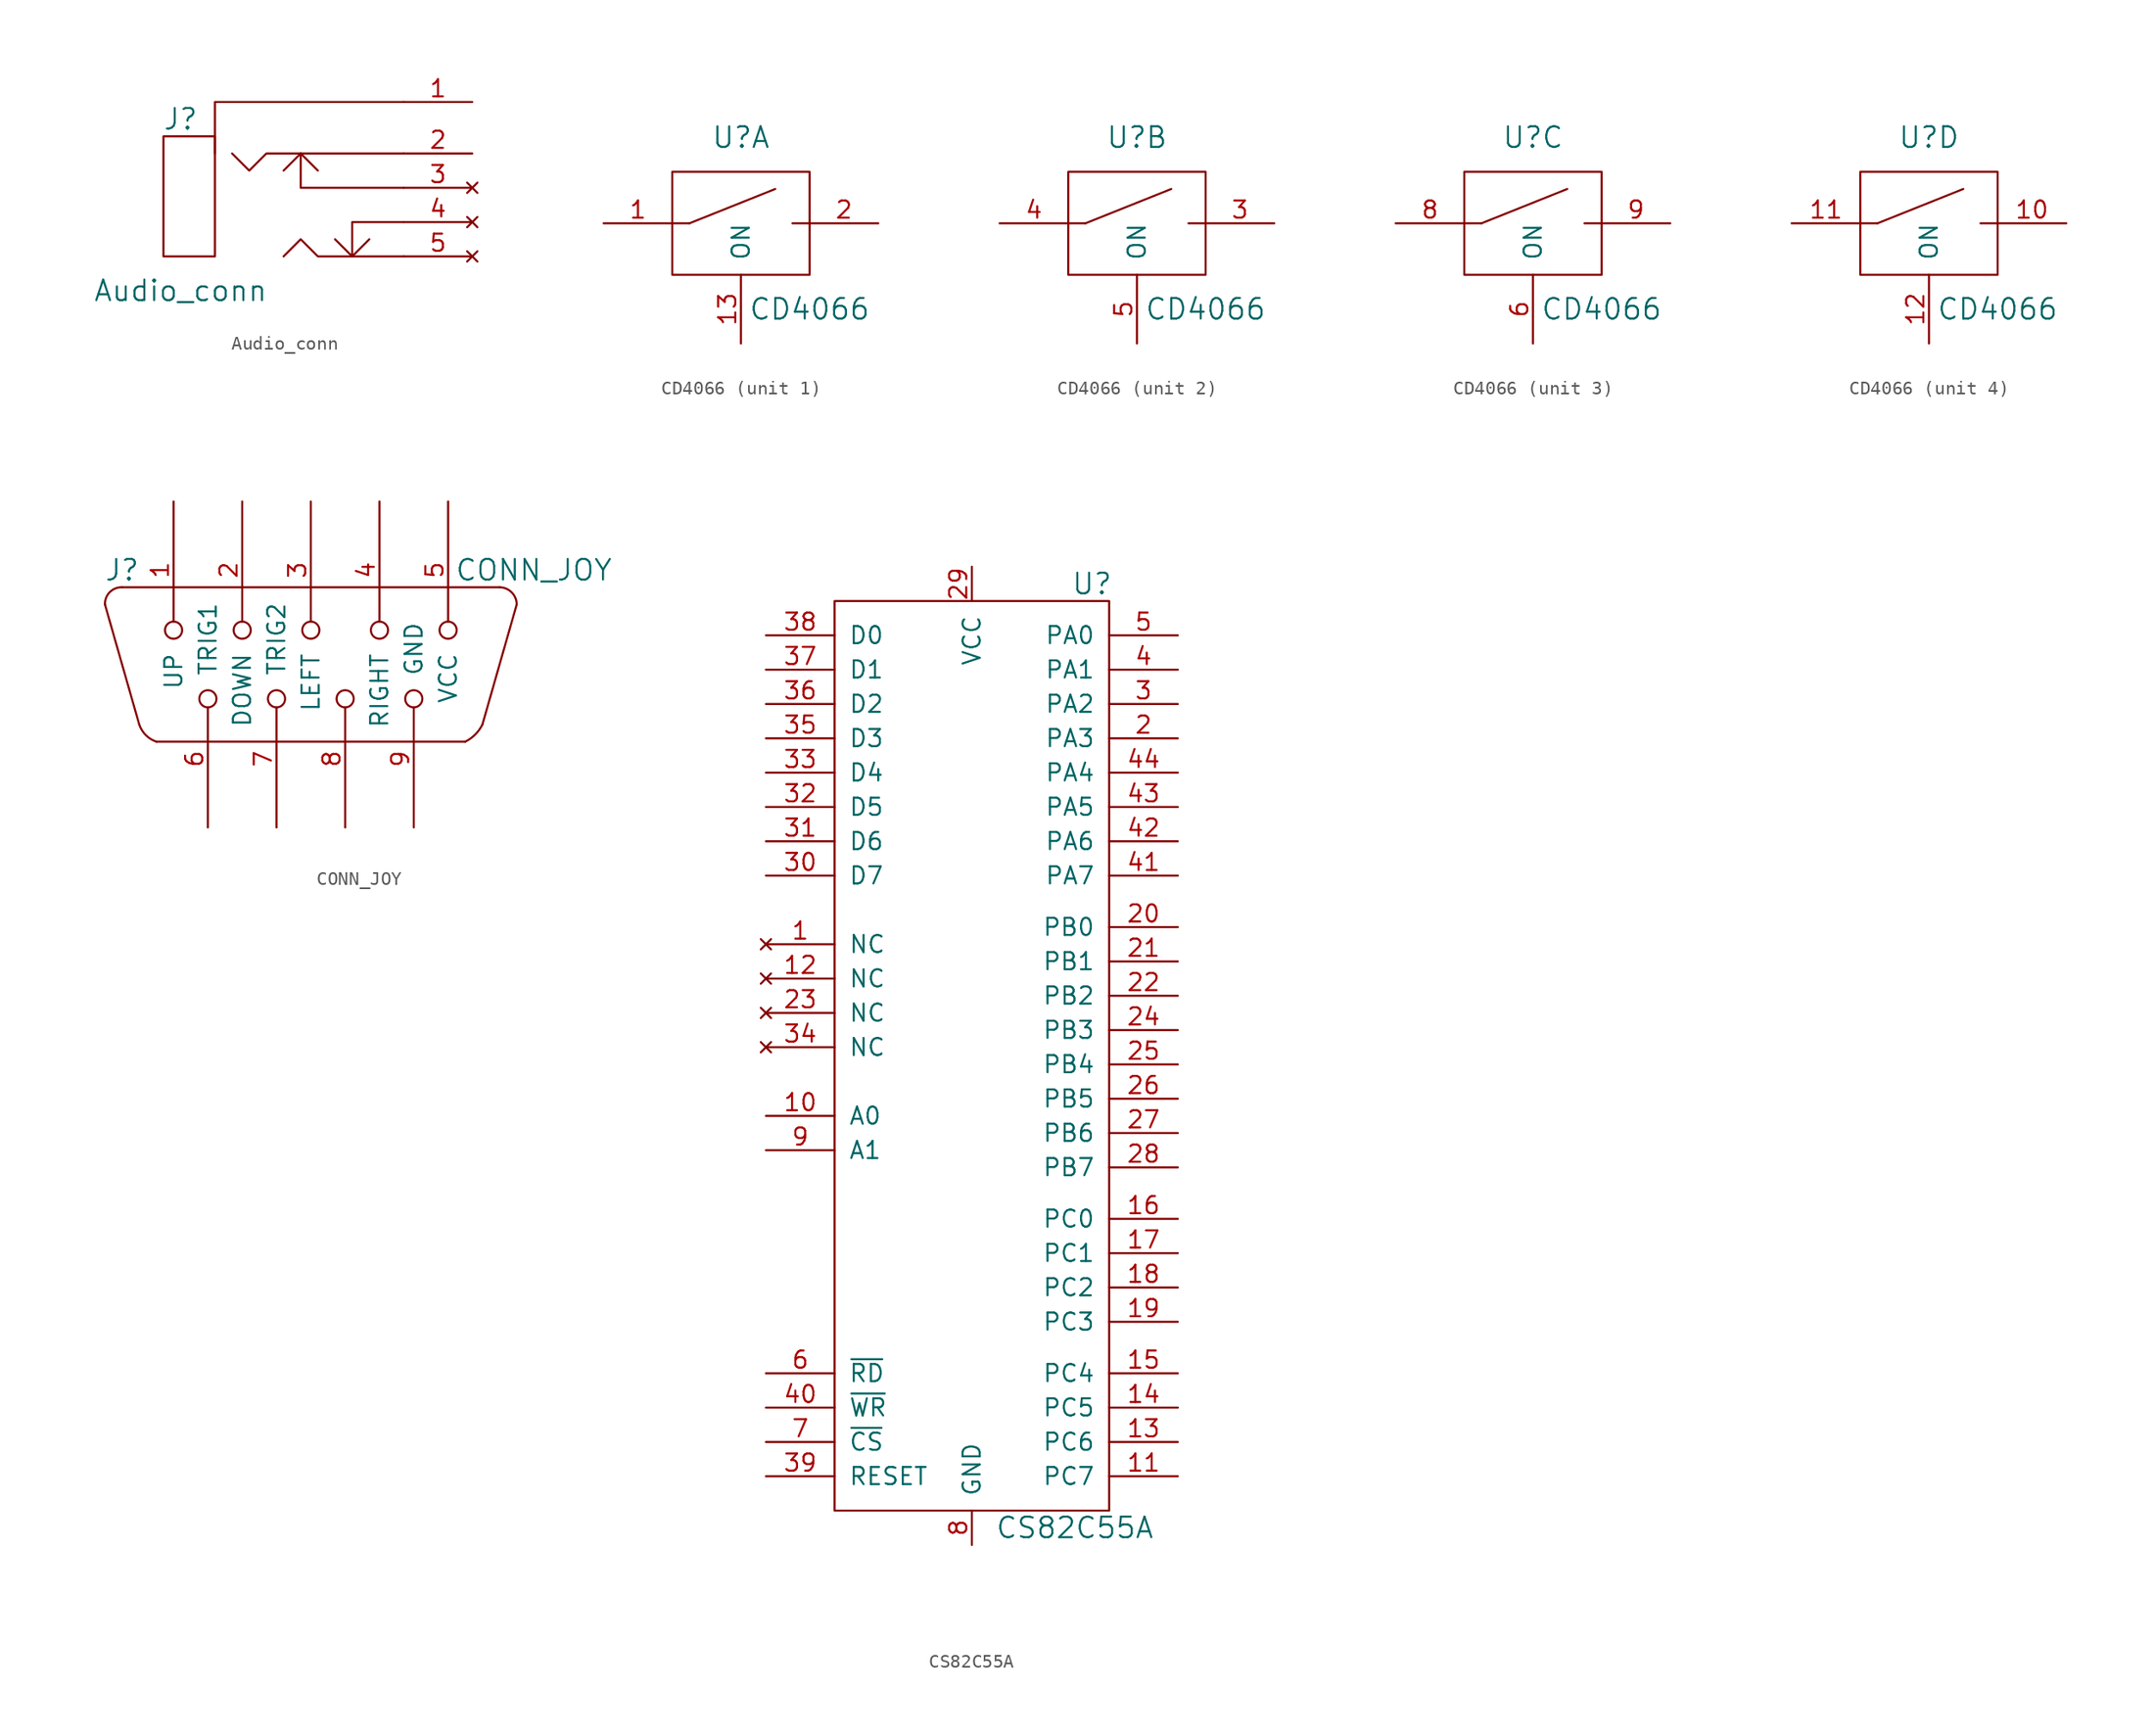
<source format=kicad_sym>
(kicad_symbol_lib
  (version 20211014)
  (generator kicad_symbol_editor)
  (symbol "Audio_conn"
    (pin_names
      (offset 1.016))
    (property "Reference" "J"
      (at -10.16 5.08 0)
      (effects (font (size 1.524 1.524))))
    (property "Value" "Audio_conn"
      (at -10.16 -7.62 0)
      (effects (font (size 1.524 1.524))))
    (symbol "Audio_conn_0_1"
      (rectangle (start -11.43 -5.08) (end -7.62 3.81) (stroke (width 0) (type default) (color 0 0 0 0)) (fill (type none)))
      (polyline (pts (xy -7.62 2.54) (xy -7.62 6.35) (xy 6.35 6.35)) (stroke (width 0) (type default) (color 0 0 0 0)) (fill (type none)))
      (polyline (pts (xy -1.27 2.54) (xy -1.27 0) (xy 6.35 0)) (stroke (width 0) (type default) (color 0 0 0 0)) (fill (type none)))
      (polyline (pts (xy 0 1.27) (xy -1.27 2.54) (xy -2.54 1.27)) (stroke (width 0) (type default) (color 0 0 0 0)) (fill (type none)))
      (polyline (pts (xy 1.27 -3.81) (xy 2.54 -5.08) (xy 3.81 -3.81)) (stroke (width 0) (type default) (color 0 0 0 0)) (fill (type none)))
      (polyline (pts (xy 2.54 -5.08) (xy 2.54 -2.54) (xy 6.35 -2.54)) (stroke (width 0) (type default) (color 0 0 0 0)) (fill (type none)))
      (polyline (pts (xy -6.35 2.54) (xy -5.08 1.27) (xy -3.81 2.54) (xy 6.35 2.54)) (stroke (width 0) (type default) (color 0 0 0 0)) (fill (type none)))
      (polyline (pts (xy -2.54 -5.08) (xy -1.27 -3.81) (xy 0 -5.08) (xy 6.35 -5.08)) (stroke (width 0) (type default) (color 0 0 0 0)) (fill (type none))))
    (symbol "Audio_conn_1_1"
      (pin power_in line (at 11.43 6.35 180) (length 5.08) (name "~" (effects (font (size 1.27 1.27)))) (number "1" (effects (font (size 1.27 1.27)))))
      (pin bidirectional line (at 11.43 2.54 180) (length 5.08) (name "~" (effects (font (size 1.27 1.27)))) (number "2" (effects (font (size 1.27 1.27)))))
      (pin no_connect line (at 11.43 0 180) (length 5.08) (name "~" (effects (font (size 1.27 1.27)))) (number "3" (effects (font (size 1.27 1.27)))))
      (pin no_connect line (at 11.43 -2.54 180) (length 5.08) (name "~" (effects (font (size 1.27 1.27)))) (number "4" (effects (font (size 1.27 1.27)))))
      (pin no_connect line (at 11.43 -5.08 180) (length 5.08) (name "~" (effects (font (size 1.27 1.27)))) (number "5" (effects (font (size 1.27 1.27)))))))
  (symbol "CD4066"
    (pin_names
      (offset 1.016))
    (property "Reference" "U"
      (at 0 6.35 0)
      (effects (font (size 1.524 1.524))))
    (property "Value" "CD4066"
      (at 5.08 -6.35 0)
      (effects (font (size 1.524 1.524))))
    (symbol "CD4066_0_1"
      (rectangle (start -5.08 -3.81) (end 5.08 3.81) (stroke (width 0) (type default) (color 0 0 0 0)) (fill (type none)))
      (polyline (pts (xy -3.81 0) (xy -5.08 0)) (stroke (width 0) (type default) (color 0 0 0 0)) (fill (type none)))
      (polyline (pts (xy -3.81 0) (xy 2.54 2.54)) (stroke (width 0) (type default) (color 0 0 0 0)) (fill (type none)))
      (polyline (pts (xy 3.81 0) (xy 5.08 0)) (stroke (width 0) (type default) (color 0 0 0 0)) (fill (type none)))
      (pin power_in line (at 0 10.16 270) (length 5.08) hide (name "VCC" (effects (font (size 1.27 1.27)))) (number "14" (effects (font (size 1.27 1.27)))))
      (pin power_in line (at -2.54 -8.89 90) (length 5.08) hide (name "GND" (effects (font (size 1.27 1.27)))) (number "7" (effects (font (size 1.27 1.27))))))
    (symbol "CD4066_1_1"
      (pin passive line (at -10.16 0 0) (length 5.08) (name "~" (effects (font (size 1.27 1.27)))) (number "1" (effects (font (size 1.27 1.27)))))
      (pin input line (at 0 -8.89 90) (length 5.08) (name "ON" (effects (font (size 1.27 1.27)))) (number "13" (effects (font (size 1.27 1.27)))))
      (pin passive line (at 10.16 0 180) (length 5.08) (name "~" (effects (font (size 1.27 1.27)))) (number "2" (effects (font (size 1.27 1.27))))))
    (symbol "CD4066_2_1"
      (pin passive line (at 10.16 0 180) (length 5.08) (name "~" (effects (font (size 1.27 1.27)))) (number "3" (effects (font (size 1.27 1.27)))))
      (pin passive line (at -10.16 0 0) (length 5.08) (name "~" (effects (font (size 1.27 1.27)))) (number "4" (effects (font (size 1.27 1.27)))))
      (pin input line (at 0 -8.89 90) (length 5.08) (name "ON" (effects (font (size 1.27 1.27)))) (number "5" (effects (font (size 1.27 1.27))))))
    (symbol "CD4066_3_1"
      (pin input line (at 0 -8.89 90) (length 5.08) (name "ON" (effects (font (size 1.27 1.27)))) (number "6" (effects (font (size 1.27 1.27)))))
      (pin passive line (at -10.16 0 0) (length 5.08) (name "~" (effects (font (size 1.27 1.27)))) (number "8" (effects (font (size 1.27 1.27)))))
      (pin passive line (at 10.16 0 180) (length 5.08) (name "~" (effects (font (size 1.27 1.27)))) (number "9" (effects (font (size 1.27 1.27))))))
    (symbol "CD4066_4_1"
      (pin passive line (at 10.16 0 180) (length 5.08) (name "~" (effects (font (size 1.27 1.27)))) (number "10" (effects (font (size 1.27 1.27)))))
      (pin passive line (at -10.16 0 0) (length 5.08) (name "~" (effects (font (size 1.27 1.27)))) (number "11" (effects (font (size 1.27 1.27)))))
      (pin input line (at 0 -8.89 90) (length 5.08) (name "ON" (effects (font (size 1.27 1.27)))) (number "12" (effects (font (size 1.27 1.27)))))))
  (symbol "CONN_JOY"
    (pin_names
      (offset 1.016))
    (property "Reference" "J"
      (at -13.97 7.62 0)
      (effects (font (size 1.524 1.524))))
    (property "Value" "CONN_JOY"
      (at 16.51 7.62 0)
      (effects (font (size 1.524 1.524))))
    (symbol "CONN_JOY_0_1"
      (arc (start -13.97 6.35) (mid -14.8846 5.9871) (end -15.24 5.08) (stroke (width 0) (type default) (color 0 0 0 0)) (fill (type none)))
      (arc (start -12.7 -3.81) (mid -12.2149 -4.5949) (end -11.43 -5.08) (stroke (width 0) (type default) (color 0 0 0 0)) (fill (type none)))
      (polyline (pts (xy -13.97 6.35) (xy 13.97 6.35)) (stroke (width 0) (type default) (color 0 0 0 0)) (fill (type none)))
      (polyline (pts (xy -12.7 -3.81) (xy -15.24 5.08)) (stroke (width 0) (type default) (color 0 0 0 0)) (fill (type none)))
      (polyline (pts (xy 11.43 -5.08) (xy -11.43 -5.08)) (stroke (width 0) (type default) (color 0 0 0 0)) (fill (type none)))
      (polyline (pts (xy 15.24 5.08) (xy 12.7 -3.81)) (stroke (width 0) (type default) (color 0 0 0 0)) (fill (type none)))
      (arc (start 11.43 -5.08) (mid 12.168 -4.548) (end 12.7 -3.81) (stroke (width 0) (type default) (color 0 0 0 0)) (fill (type none)))
      (arc (start 15.24 5.08) (mid 14.8666 5.9688) (end 13.97 6.35) (stroke (width 0) (type default) (color 0 0 0 0)) (fill (type none))))
    (symbol "CONN_JOY_1_1"
      (pin output inverted (at -10.16 12.7 270) (length 10.16) (name "UP" (effects (font (size 1.27 1.27)))) (number "1" (effects (font (size 1.27 1.27)))))
      (pin output inverted (at -5.08 12.7 270) (length 10.16) (name "DOWN" (effects (font (size 1.27 1.27)))) (number "2" (effects (font (size 1.27 1.27)))))
      (pin output inverted (at 0 12.7 270) (length 10.16) (name "LEFT" (effects (font (size 1.27 1.27)))) (number "3" (effects (font (size 1.27 1.27)))))
      (pin output inverted (at 5.08 12.7 270) (length 10.16) (name "RIGHT" (effects (font (size 1.27 1.27)))) (number "4" (effects (font (size 1.27 1.27)))))
      (pin power_in inverted (at 10.16 12.7 270) (length 10.16) (name "VCC" (effects (font (size 1.27 1.27)))) (number "5" (effects (font (size 1.27 1.27)))))
      (pin bidirectional inverted (at -7.62 -11.43 90) (length 10.16) (name "TRIG1" (effects (font (size 1.27 1.27)))) (number "6" (effects (font (size 1.27 1.27)))))
      (pin bidirectional inverted (at -2.54 -11.43 90) (length 10.16) (name "TRIG2" (effects (font (size 1.27 1.27)))) (number "7" (effects (font (size 1.27 1.27)))))
      (pin input inverted (at 2.54 -11.43 90) (length 10.16) (name "~" (effects (font (size 1.27 1.27)))) (number "8" (effects (font (size 1.27 1.27)))))
      (pin power_in inverted (at 7.62 -11.43 90) (length 10.16) (name "GND" (effects (font (size 1.27 1.27)))) (number "9" (effects (font (size 1.27 1.27)))))))
  (symbol "CS82C55A"
    (pin_names
      (offset 1.016))
    (property "Reference" "U"
      (at 8.89 36.83 0)
      (effects (font (size 1.524 1.524))))
    (property "Value" "CS82C55A"
      (at 7.62 -33.02 0)
      (effects (font (size 1.524 1.524))))
    (symbol "CS82C55A_0_1"
      (rectangle (start -10.16 35.56) (end 10.16 -31.75) (stroke (width 0) (type default) (color 0 0 0 0)) (fill (type none))))
    (symbol "CS82C55A_1_1"
      (pin no_connect line (at -15.24 10.16 0) (length 5.08) (name "NC" (effects (font (size 1.27 1.27)))) (number "1" (effects (font (size 1.27 1.27)))))
      (pin input line (at -15.24 -2.54 0) (length 5.08) (name "A0" (effects (font (size 1.27 1.27)))) (number "10" (effects (font (size 1.27 1.27)))))
      (pin bidirectional line (at 15.24 -29.21 180) (length 5.08) (name "PC7" (effects (font (size 1.27 1.27)))) (number "11" (effects (font (size 1.27 1.27)))))
      (pin no_connect line (at -15.24 7.62 0) (length 5.08) (name "NC" (effects (font (size 1.27 1.27)))) (number "12" (effects (font (size 1.27 1.27)))))
      (pin bidirectional line (at 15.24 -26.67 180) (length 5.08) (name "PC6" (effects (font (size 1.27 1.27)))) (number "13" (effects (font (size 1.27 1.27)))))
      (pin bidirectional line (at 15.24 -24.13 180) (length 5.08) (name "PC5" (effects (font (size 1.27 1.27)))) (number "14" (effects (font (size 1.27 1.27)))))
      (pin bidirectional line (at 15.24 -21.59 180) (length 5.08) (name "PC4" (effects (font (size 1.27 1.27)))) (number "15" (effects (font (size 1.27 1.27)))))
      (pin bidirectional line (at 15.24 -10.16 180) (length 5.08) (name "PC0" (effects (font (size 1.27 1.27)))) (number "16" (effects (font (size 1.27 1.27)))))
      (pin bidirectional line (at 15.24 -12.7 180) (length 5.08) (name "PC1" (effects (font (size 1.27 1.27)))) (number "17" (effects (font (size 1.27 1.27)))))
      (pin bidirectional line (at 15.24 -15.24 180) (length 5.08) (name "PC2" (effects (font (size 1.27 1.27)))) (number "18" (effects (font (size 1.27 1.27)))))
      (pin bidirectional line (at 15.24 -17.78 180) (length 5.08) (name "PC3" (effects (font (size 1.27 1.27)))) (number "19" (effects (font (size 1.27 1.27)))))
      (pin bidirectional line (at 15.24 25.4 180) (length 5.08) (name "PA3" (effects (font (size 1.27 1.27)))) (number "2" (effects (font (size 1.27 1.27)))))
      (pin bidirectional line (at 15.24 11.43 180) (length 5.08) (name "PB0" (effects (font (size 1.27 1.27)))) (number "20" (effects (font (size 1.27 1.27)))))
      (pin bidirectional line (at 15.24 8.89 180) (length 5.08) (name "PB1" (effects (font (size 1.27 1.27)))) (number "21" (effects (font (size 1.27 1.27)))))
      (pin bidirectional line (at 15.24 6.35 180) (length 5.08) (name "PB2" (effects (font (size 1.27 1.27)))) (number "22" (effects (font (size 1.27 1.27)))))
      (pin no_connect line (at -15.24 5.08 0) (length 5.08) (name "NC" (effects (font (size 1.27 1.27)))) (number "23" (effects (font (size 1.27 1.27)))))
      (pin bidirectional line (at 15.24 3.81 180) (length 5.08) (name "PB3" (effects (font (size 1.27 1.27)))) (number "24" (effects (font (size 1.27 1.27)))))
      (pin bidirectional line (at 15.24 1.27 180) (length 5.08) (name "PB4" (effects (font (size 1.27 1.27)))) (number "25" (effects (font (size 1.27 1.27)))))
      (pin bidirectional line (at 15.24 -1.27 180) (length 5.08) (name "PB5" (effects (font (size 1.27 1.27)))) (number "26" (effects (font (size 1.27 1.27)))))
      (pin bidirectional line (at 15.24 -3.81 180) (length 5.08) (name "PB6" (effects (font (size 1.27 1.27)))) (number "27" (effects (font (size 1.27 1.27)))))
      (pin bidirectional line (at 15.24 -6.35 180) (length 5.08) (name "PB7" (effects (font (size 1.27 1.27)))) (number "28" (effects (font (size 1.27 1.27)))))
      (pin power_in line (at 0 38.1 270) (length 2.54) (name "VCC" (effects (font (size 1.27 1.27)))) (number "29" (effects (font (size 1.27 1.27)))))
      (pin bidirectional line (at 15.24 27.94 180) (length 5.08) (name "PA2" (effects (font (size 1.27 1.27)))) (number "3" (effects (font (size 1.27 1.27)))))
      (pin input line (at -15.24 15.24 0) (length 5.08) (name "D7" (effects (font (size 1.27 1.27)))) (number "30" (effects (font (size 1.27 1.27)))))
      (pin input line (at -15.24 17.78 0) (length 5.08) (name "D6" (effects (font (size 1.27 1.27)))) (number "31" (effects (font (size 1.27 1.27)))))
      (pin input line (at -15.24 20.32 0) (length 5.08) (name "D5" (effects (font (size 1.27 1.27)))) (number "32" (effects (font (size 1.27 1.27)))))
      (pin input line (at -15.24 22.86 0) (length 5.08) (name "D4" (effects (font (size 1.27 1.27)))) (number "33" (effects (font (size 1.27 1.27)))))
      (pin no_connect line (at -15.24 2.54 0) (length 5.08) (name "NC" (effects (font (size 1.27 1.27)))) (number "34" (effects (font (size 1.27 1.27)))))
      (pin input line (at -15.24 25.4 0) (length 5.08) (name "D3" (effects (font (size 1.27 1.27)))) (number "35" (effects (font (size 1.27 1.27)))))
      (pin input line (at -15.24 27.94 0) (length 5.08) (name "D2" (effects (font (size 1.27 1.27)))) (number "36" (effects (font (size 1.27 1.27)))))
      (pin input line (at -15.24 30.48 0) (length 5.08) (name "D1" (effects (font (size 1.27 1.27)))) (number "37" (effects (font (size 1.27 1.27)))))
      (pin input line (at -15.24 33.02 0) (length 5.08) (name "D0" (effects (font (size 1.27 1.27)))) (number "38" (effects (font (size 1.27 1.27)))))
      (pin input line (at -15.24 -29.21 0) (length 5.08) (name "RESET" (effects (font (size 1.27 1.27)))) (number "39" (effects (font (size 1.27 1.27)))))
      (pin bidirectional line (at 15.24 30.48 180) (length 5.08) (name "PA1" (effects (font (size 1.27 1.27)))) (number "4" (effects (font (size 1.27 1.27)))))
      (pin input line (at -15.24 -24.13 0) (length 5.08) (name "~{WR}" (effects (font (size 1.27 1.27)))) (number "40" (effects (font (size 1.27 1.27)))))
      (pin bidirectional line (at 15.24 15.24 180) (length 5.08) (name "PA7" (effects (font (size 1.27 1.27)))) (number "41" (effects (font (size 1.27 1.27)))))
      (pin bidirectional line (at 15.24 17.78 180) (length 5.08) (name "PA6" (effects (font (size 1.27 1.27)))) (number "42" (effects (font (size 1.27 1.27)))))
      (pin bidirectional line (at 15.24 20.32 180) (length 5.08) (name "PA5" (effects (font (size 1.27 1.27)))) (number "43" (effects (font (size 1.27 1.27)))))
      (pin bidirectional line (at 15.24 22.86 180) (length 5.08) (name "PA4" (effects (font (size 1.27 1.27)))) (number "44" (effects (font (size 1.27 1.27)))))
      (pin bidirectional line (at 15.24 33.02 180) (length 5.08) (name "PA0" (effects (font (size 1.27 1.27)))) (number "5" (effects (font (size 1.27 1.27)))))
      (pin input line (at -15.24 -21.59 0) (length 5.08) (name "~{RD}" (effects (font (size 1.27 1.27)))) (number "6" (effects (font (size 1.27 1.27)))))
      (pin input line (at -15.24 -26.67 0) (length 5.08) (name "~{CS}" (effects (font (size 1.27 1.27)))) (number "7" (effects (font (size 1.27 1.27)))))
      (pin power_in line (at 0 -34.29 90) (length 2.54) (name "GND" (effects (font (size 1.27 1.27)))) (number "8" (effects (font (size 1.27 1.27)))))
      (pin input line (at -15.24 -5.08 0) (length 5.08) (name "A1" (effects (font (size 1.27 1.27)))) (number "9" (effects (font (size 1.27 1.27))))))))
</source>
